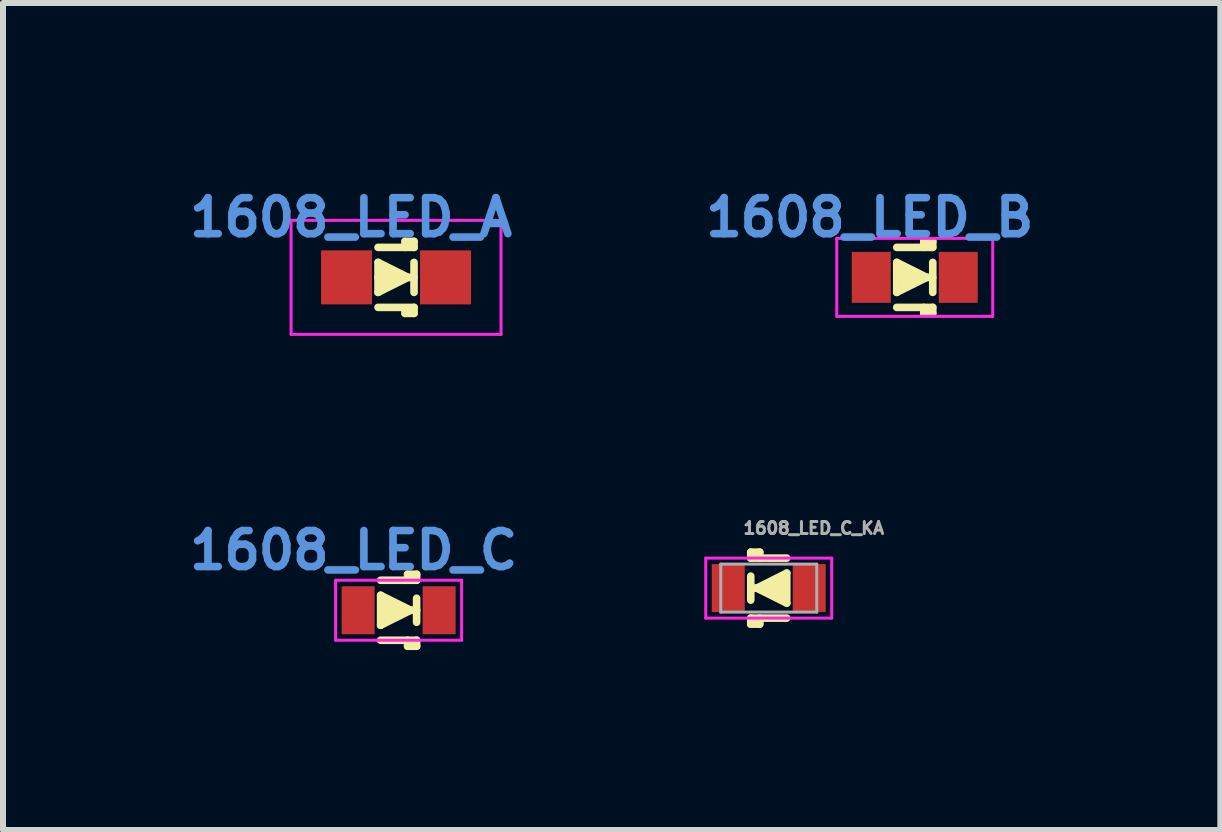
<source format=kicad_pcb>
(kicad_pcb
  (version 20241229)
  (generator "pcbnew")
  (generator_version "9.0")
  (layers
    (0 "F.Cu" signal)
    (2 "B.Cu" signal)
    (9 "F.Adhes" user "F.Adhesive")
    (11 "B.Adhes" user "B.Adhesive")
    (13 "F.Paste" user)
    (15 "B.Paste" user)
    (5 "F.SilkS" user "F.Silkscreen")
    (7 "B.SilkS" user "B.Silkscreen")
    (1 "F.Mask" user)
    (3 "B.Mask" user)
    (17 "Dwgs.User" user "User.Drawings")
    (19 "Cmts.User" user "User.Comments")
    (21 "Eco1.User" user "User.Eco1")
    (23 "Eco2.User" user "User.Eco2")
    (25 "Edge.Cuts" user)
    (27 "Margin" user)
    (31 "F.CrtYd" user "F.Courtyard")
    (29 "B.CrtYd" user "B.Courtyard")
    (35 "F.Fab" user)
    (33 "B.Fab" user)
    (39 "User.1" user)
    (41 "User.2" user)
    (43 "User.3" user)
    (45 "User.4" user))
  (footprint "1608_LED_B"
    (layer "F.Cu")
    (at 12.199 1.574)
    (property "Reference" "1608_LED_B" (at -0.75 -1 0) (layer "Cmts.User") (effects (font (size 0.6 0.6) (thickness 0.127))))
    (attr smd)
    (fp_line (start -0.3 -0.5) (end 0.3 -0.5) (stroke (width 0.127) (type solid)) (layer "F.SilkS"))
    (fp_line (start -0.3 -0.25) (end 0.2 0) (stroke (width 0.127) (type solid)) (layer "F.SilkS"))
    (fp_line (start -0.3 0) (end -0.3 -0.25) (stroke (width 0.127) (type solid)) (layer "F.SilkS"))
    (fp_line (start -0.3 0) (end -0.2 -0.1) (stroke (width 0.127) (type solid)) (layer "F.SilkS"))
    (fp_line (start -0.3 0.25) (end -0.3 0) (stroke (width 0.127) (type solid)) (layer "F.SilkS"))
    (fp_line (start -0.3 0.5) (end 0.3 0.5) (stroke (width 0.127) (type solid)) (layer "F.SilkS"))
    (fp_line (start -0.2 -0.1) (end -0.1 -0.05) (stroke (width 0.127) (type solid)) (layer "F.SilkS"))
    (fp_line (start -0.1 -0.05) (end -0.1 0.05) (stroke (width 0.127) (type solid)) (layer "F.SilkS"))
    (fp_line (start -0.1 0.05) (end -0.2 0.1) (stroke (width 0.127) (type solid)) (layer "F.SilkS"))
    (fp_line (start 0.15 -0.6) (end 0.15 -0.5) (stroke (width 0.127) (type solid)) (layer "F.SilkS"))
    (fp_line (start 0.15 0.6) (end 0.15 0.5) (stroke (width 0.127) (type solid)) (layer "F.SilkS"))
    (fp_line (start 0.2 0) (end -0.3 0.25) (stroke (width 0.127) (type solid)) (layer "F.SilkS"))
    (fp_line (start 0.3 -0.6) (end 0.15 -0.6) (stroke (width 0.127) (type solid)) (layer "F.SilkS"))
    (fp_line (start 0.3 -0.5) (end 0.3 -0.6) (stroke (width 0.127) (type solid)) (layer "F.SilkS"))
    (fp_line (start 0.3 0) (end -0.3 0) (stroke (width 0.127) (type solid)) (layer "F.SilkS"))
    (fp_line (start 0.3 0.25) (end 0.3 -0.25) (stroke (width 0.127) (type solid)) (layer "F.SilkS"))
    (fp_line (start 0.3 0.5) (end 0.3 0.6) (stroke (width 0.127) (type solid)) (layer "F.SilkS"))
    (fp_line (start 0.3 0.6) (end 0.15 0.6) (stroke (width 0.127) (type solid)) (layer "F.SilkS"))
    (fp_line (start -1.3 -0.65) (end 1.3 -0.65) (stroke (width 0.05) (type solid)) (layer "F.CrtYd"))
    (fp_line (start -1.3 0.65) (end -1.3 -0.65) (stroke (width 0.05) (type solid)) (layer "F.CrtYd"))
    (fp_line (start 1.3 -0.65) (end 1.3 0.65) (stroke (width 0.05) (type solid)) (layer "F.CrtYd"))
    (fp_line (start 1.3 0.65) (end -1.3 0.65) (stroke (width 0.05) (type solid)) (layer "F.CrtYd"))
    (pad "1" smd rect (at -0.725 0) (size 0.65 0.85) (layers "F.Cu" "F.Mask" "F.Paste"))
    (pad "2" smd rect (at 0.725 0) (size 0.65 0.85) (layers "F.Cu" "F.Mask" "F.Paste")))
  (footprint "1608_LED_A"
    (layer "F.Cu")
    (at 3.552 1.574)
    (property "Reference" "1608_LED_A" (at -0.75 -1 0) (layer "Cmts.User") (effects (font (size 0.6 0.6) (thickness 0.127))))
    (attr smd)
    (fp_line (start -0.3 -0.5) (end 0.3 -0.5) (stroke (width 0.127) (type solid)) (layer "F.SilkS"))
    (fp_line (start -0.3 -0.25) (end 0.2 0) (stroke (width 0.127) (type solid)) (layer "F.SilkS"))
    (fp_line (start -0.3 0) (end -0.3 -0.25) (stroke (width 0.127) (type solid)) (layer "F.SilkS"))
    (fp_line (start -0.3 0) (end 0.3 0) (stroke (width 0.127) (type solid)) (layer "F.SilkS"))
    (fp_line (start -0.3 0.25) (end -0.3 0) (stroke (width 0.127) (type solid)) (layer "F.SilkS"))
    (fp_line (start -0.3 0.5) (end 0.3 0.5) (stroke (width 0.127) (type solid)) (layer "F.SilkS"))
    (fp_line (start -0.25 -0.1) (end -0.1 -0.1) (stroke (width 0.127) (type solid)) (layer "F.SilkS"))
    (fp_line (start -0.25 0.1) (end -0.05 0.1) (stroke (width 0.127) (type solid)) (layer "F.SilkS"))
    (fp_line (start 0.15 -0.6) (end 0.15 -0.5) (stroke (width 0.127) (type solid)) (layer "F.SilkS"))
    (fp_line (start 0.15 0.6) (end 0.15 0.55) (stroke (width 0.127) (type solid)) (layer "F.SilkS"))
    (fp_line (start 0.2 0) (end -0.3 0.25) (stroke (width 0.127) (type solid)) (layer "F.SilkS"))
    (fp_line (start 0.3 -0.6) (end 0.15 -0.6) (stroke (width 0.127) (type solid)) (layer "F.SilkS"))
    (fp_line (start 0.3 -0.5) (end 0.3 -0.6) (stroke (width 0.127) (type solid)) (layer "F.SilkS"))
    (fp_line (start 0.3 -0.25) (end 0.3 0.25) (stroke (width 0.127) (type solid)) (layer "F.SilkS"))
    (fp_line (start 0.3 0.5) (end 0.3 0.6) (stroke (width 0.127) (type solid)) (layer "F.SilkS"))
    (fp_line (start 0.3 0.6) (end 0.15 0.6) (stroke (width 0.127) (type solid)) (layer "F.SilkS"))
    (fp_line (start -1.75 -0.95) (end 1.75 -0.95) (stroke (width 0.05) (type solid)) (layer "F.CrtYd"))
    (fp_line (start -1.75 0.95) (end -1.75 -0.95) (stroke (width 0.05) (type solid)) (layer "F.CrtYd"))
    (fp_line (start 1.75 -0.95) (end 1.75 0.95) (stroke (width 0.05) (type solid)) (layer "F.CrtYd"))
    (fp_line (start 1.75 0.95) (end -1.75 0.95) (stroke (width 0.05) (type solid)) (layer "F.CrtYd"))
    (pad "1" smd rect (at -0.825 0) (size 0.85 0.9) (layers "F.Cu" "F.Mask" "F.Paste"))
    (pad "2" smd rect (at 0.825 0) (size 0.85 0.9) (layers "F.Cu" "F.Mask" "F.Paste")))
  (footprint "1608_LED_C_KA"
    (layer "F.Cu")
    (at 9.765 6.754)
    (property "Reference" "1608_LED_C_KA" (at 0.75 -1 0) (layer "F.Fab") (effects (font (size 0.2 0.2) (thickness 0.05))))
    (attr smd)
    (fp_line (start -0.3 -0.6) (end -0.15 -0.6) (stroke (width 0.127) (type solid)) (layer "F.SilkS"))
    (fp_line (start -0.3 -0.5) (end -0.3 -0.6) (stroke (width 0.127) (type solid)) (layer "F.SilkS"))
    (fp_line (start -0.3 -0.2) (end -0.3 0.2) (stroke (width 0.127) (type solid)) (layer "F.SilkS"))
    (fp_line (start -0.3 0) (end -0.2 0) (stroke (width 0.127) (type solid)) (layer "F.SilkS"))
    (fp_line (start -0.3 0.5) (end -0.3 0.6) (stroke (width 0.127) (type solid)) (layer "F.SilkS"))
    (fp_line (start -0.3 0.6) (end -0.15 0.6) (stroke (width 0.127) (type solid)) (layer "F.SilkS"))
    (fp_line (start -0.2 0) (end 0.25 0) (stroke (width 0.127) (type solid)) (layer "F.SilkS"))
    (fp_line (start -0.2 0) (end 0.3 -0.25) (stroke (width 0.127) (type solid)) (layer "F.SilkS"))
    (fp_line (start -0.15 -0.6) (end -0.15 -0.5) (stroke (width 0.127) (type solid)) (layer "F.SilkS"))
    (fp_line (start -0.15 0.6) (end -0.15 0.5) (stroke (width 0.127) (type solid)) (layer "F.SilkS"))
    (fp_line (start 0.1 -0.05) (end 0.1 0.05) (stroke (width 0.127) (type solid)) (layer "F.SilkS"))
    (fp_line (start 0.1 0.05) (end 0.2 0.1) (stroke (width 0.127) (type solid)) (layer "F.SilkS"))
    (fp_line (start 0.2 -0.1) (end 0.1 -0.05) (stroke (width 0.127) (type solid)) (layer "F.SilkS"))
    (fp_line (start 0.25 0) (end 0.2 -0.1) (stroke (width 0.127) (type solid)) (layer "F.SilkS"))
    (fp_line (start 0.3 -0.5) (end -0.3 -0.5) (stroke (width 0.127) (type solid)) (layer "F.SilkS"))
    (fp_line (start 0.3 -0.25) (end 0.3 0.25) (stroke (width 0.127) (type solid)) (layer "F.SilkS"))
    (fp_line (start 0.3 0.25) (end -0.2 0) (stroke (width 0.127) (type solid)) (layer "F.SilkS"))
    (fp_line (start 0.3 0.5) (end -0.3 0.5) (stroke (width 0.127) (type solid)) (layer "F.SilkS"))
    (fp_line (start -1.05 -0.5) (end 1.05 -0.5) (stroke (width 0.05) (type solid)) (layer "F.CrtYd"))
    (fp_line (start -1.05 0.5) (end -1.05 -0.5) (stroke (width 0.05) (type solid)) (layer "F.CrtYd"))
    (fp_line (start 1.05 -0.5) (end 1.05 0.5) (stroke (width 0.05) (type solid)) (layer "F.CrtYd"))
    (fp_line (start 1.05 0.5) (end -1.05 0.5) (stroke (width 0.05) (type solid)) (layer "F.CrtYd"))
    (fp_line (start -0.8 -0.4) (end 0.8 -0.4) (stroke (width 0.05) (type solid)) (layer "F.Fab"))
    (fp_line (start -0.8 0.4) (end -0.8 -0.4) (stroke (width 0.05) (type solid)) (layer "F.Fab"))
    (fp_line (start 0.8 -0.4) (end 0.8 0.4) (stroke (width 0.05) (type solid)) (layer "F.Fab"))
    (fp_line (start 0.8 0.4) (end -0.8 0.4) (stroke (width 0.05) (type solid)) (layer "F.Fab"))
    (pad "A" smd rect (at 0.675 0) (size 0.55 0.8) (layers "F.Cu" "F.Mask" "F.Paste"))
    (pad "K" smd rect (at -0.675 0) (size 0.55 0.8) (layers "F.Cu" "F.Mask" "F.Paste")))
  (footprint "1608_LED_C"
    (layer "F.Cu")
    (at 3.595 7.123)
    (property "Reference" "1608_LED_C" (at -0.75 -1 0) (layer "Cmts.User") (effects (font (size 0.6 0.6) (thickness 0.127))))
    (attr smd)
    (fp_line (start -0.3 -0.5) (end 0.3 -0.5) (stroke (width 0.127) (type solid)) (layer "F.SilkS"))
    (fp_line (start -0.3 -0.25) (end -0.3 0.25) (stroke (width 0.127) (type solid)) (layer "F.SilkS"))
    (fp_line (start -0.3 0.25) (end 0.2 0) (stroke (width 0.127) (type solid)) (layer "F.SilkS"))
    (fp_line (start -0.3 0.5) (end 0.3 0.5) (stroke (width 0.127) (type solid)) (layer "F.SilkS"))
    (fp_line (start -0.25 0) (end -0.2 -0.1) (stroke (width 0.127) (type solid)) (layer "F.SilkS"))
    (fp_line (start -0.2 -0.1) (end -0.1 -0.05) (stroke (width 0.127) (type solid)) (layer "F.SilkS"))
    (fp_line (start -0.1 -0.05) (end -0.1 0.05) (stroke (width 0.127) (type solid)) (layer "F.SilkS"))
    (fp_line (start -0.1 0.05) (end -0.2 0.1) (stroke (width 0.127) (type solid)) (layer "F.SilkS"))
    (fp_line (start 0.15 -0.6) (end 0.15 -0.5) (stroke (width 0.127) (type solid)) (layer "F.SilkS"))
    (fp_line (start 0.15 0.6) (end 0.15 0.5) (stroke (width 0.127) (type solid)) (layer "F.SilkS"))
    (fp_line (start 0.2 0) (end -0.3 -0.25) (stroke (width 0.127) (type solid)) (layer "F.SilkS"))
    (fp_line (start 0.2 0) (end -0.25 0) (stroke (width 0.127) (type solid)) (layer "F.SilkS"))
    (fp_line (start 0.3 -0.6) (end 0.15 -0.6) (stroke (width 0.127) (type solid)) (layer "F.SilkS"))
    (fp_line (start 0.3 -0.5) (end 0.3 -0.6) (stroke (width 0.127) (type solid)) (layer "F.SilkS"))
    (fp_line (start 0.3 -0.2) (end 0.3 0.2) (stroke (width 0.127) (type solid)) (layer "F.SilkS"))
    (fp_line (start 0.3 0) (end 0.2 0) (stroke (width 0.127) (type solid)) (layer "F.SilkS"))
    (fp_line (start 0.3 0.5) (end 0.3 0.6) (stroke (width 0.127) (type solid)) (layer "F.SilkS"))
    (fp_line (start 0.3 0.6) (end 0.15 0.6) (stroke (width 0.127) (type solid)) (layer "F.SilkS"))
    (fp_line (start -1.05 -0.5) (end 1.05 -0.5) (stroke (width 0.05) (type solid)) (layer "F.CrtYd"))
    (fp_line (start -1.05 0.5) (end -1.05 -0.5) (stroke (width 0.05) (type solid)) (layer "F.CrtYd"))
    (fp_line (start 1.05 -0.5) (end 1.05 0.5) (stroke (width 0.05) (type solid)) (layer "F.CrtYd"))
    (fp_line (start 1.05 0.5) (end -1.05 0.5) (stroke (width 0.05) (type solid)) (layer "F.CrtYd"))
    (pad "1" smd rect (at -0.675 0) (size 0.55 0.8) (layers "F.Cu" "F.Mask" "F.Paste"))
    (pad "2" smd rect (at 0.675 0) (size 0.55 0.8) (layers "F.Cu" "F.Mask" "F.Paste")))
  (gr_rect
    (start -3 -3)
    (end 17.293 10.786)
    (stroke (width 0.1) (type default))
    (fill no)
    (layer "Edge.Cuts")))
</source>
